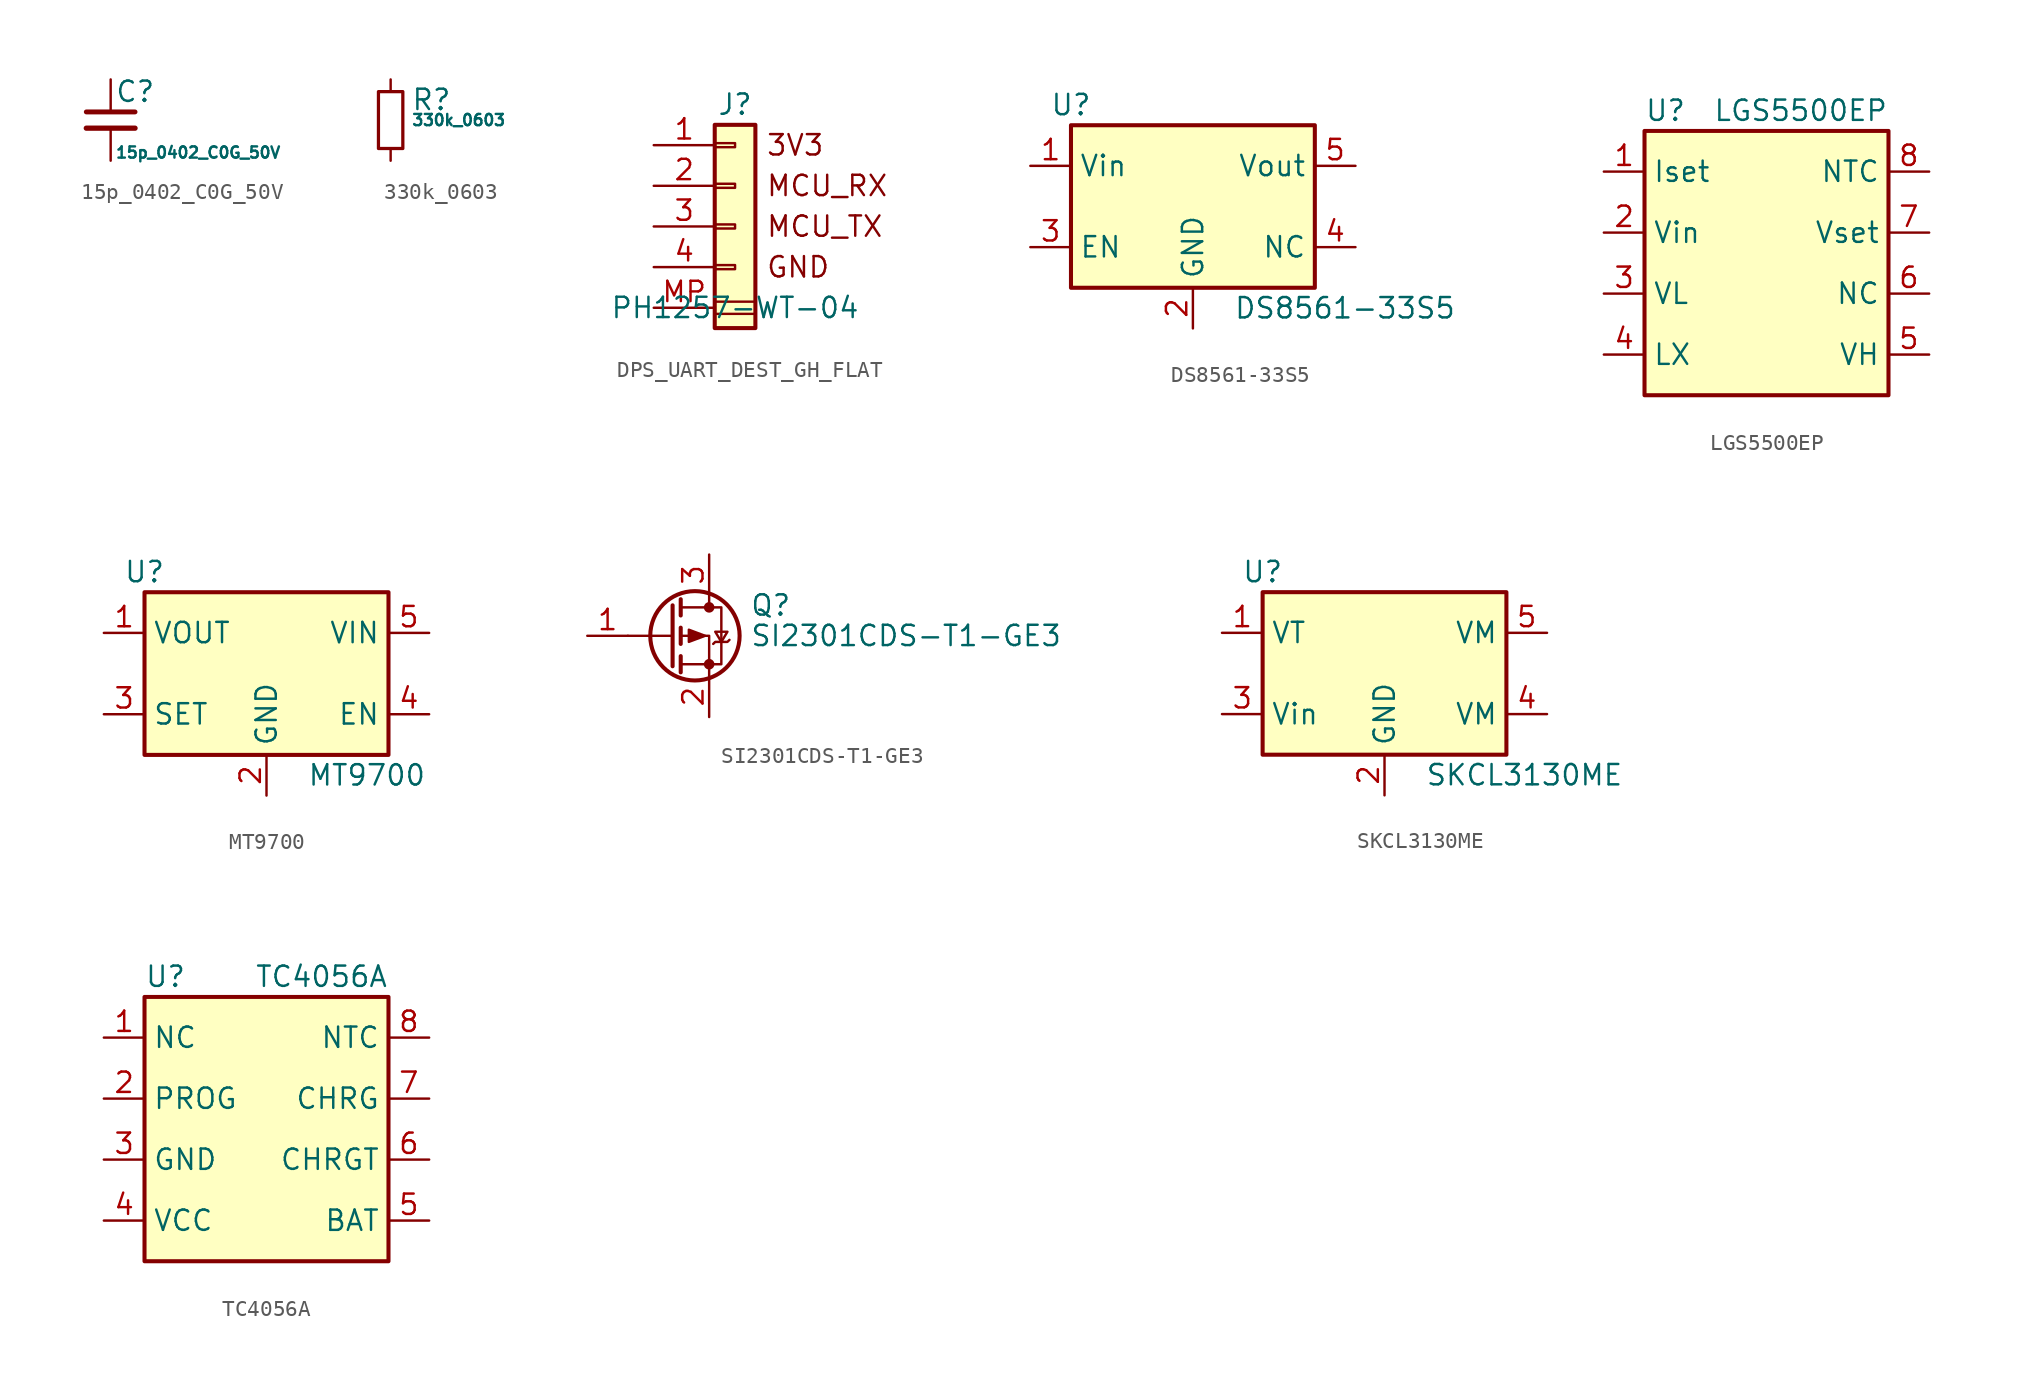
<source format=kicad_sym>
(kicad_symbol_lib
  (version 20231120)
  (generator "kicad_symbol_editor")
  (generator_version "8.0")
  (symbol "15p_0402_C0G_50V"
    (pin_numbers hide)
    (pin_names
      (offset 0.254) hide)
    (property "Reference" "C"
      (at 0.254 1.778 0)
      (effects (font (size 1.27 1.27)) (justify left)))
    (property "Value" "15p_0402_C0G_50V"
      (at 0.254 -2.032 0)
      (effects (font (size 0.7 0.7)) (justify left)))
    (symbol "15p_0402_C0G_50V_0_1"
      (polyline (pts (xy -1.524 -0.508) (xy 1.524 -0.508)) (stroke (width 0.33) (type default)) (fill (type none)))
      (polyline (pts (xy -1.524 0.508) (xy 1.524 0.508)) (stroke (width 0.305) (type default)) (fill (type none))))
    (symbol "15p_0402_C0G_50V_1_1"
      (pin passive line (at 0 2.54 270) (length 2.032) (name "~" (effects (font (size 1.27 1.27)))) (number "1" (effects (font (size 1.27 1.27)))))
      (pin passive line (at 0 -2.54 90) (length 2.032) (name "~" (effects (font (size 1.27 1.27)))) (number "2" (effects (font (size 1.27 1.27)))))))
  (symbol "330k_0603"
    (pin_numbers hide)
    (pin_names
      (offset 0.254) hide)
    (property "Reference" "R"
      (at 1.27 1.27 0)
      (effects (font (size 1.27 1.27)) (justify left)))
    (property "Value" "330k_0603"
      (at 1.27 0 0)
      (effects (font (size 0.7 0.7)) (justify left)))
    (symbol "330k_0603_0_1"
      (rectangle (start -0.762 1.778) (end 0.762 -1.778) (stroke (width 0.203) (type default)) (fill (type none))))
    (symbol "330k_0603_1_1"
      (pin passive line (at 0 2.54 270) (length 0.762) (name "~" (effects (font (size 1.27 1.27)))) (number "1" (effects (font (size 1.27 1.27)))))
      (pin passive line (at 0 -2.54 90) (length 0.762) (name "~" (effects (font (size 1.27 1.27)))) (number "2" (effects (font (size 1.27 1.27)))))))
  (symbol "DPS_UART_DEST_GH_FLAT"
    (pin_names
      (offset 1.016) hide)
    (property "Reference" "J"
      (at 0 5.08 0)
      (effects (font (size 1.27 1.27))))
    (property "Value" "PH1257-WT-04"
      (at 0 -7.62 0)
      (effects (font (size 1.27 1.27))))
    (symbol "DPS_UART_DEST_GH_FLAT_0_0"
      (text "3V3" (at 1.905 2.54 0) (effects (font (size 1.27 1.27)) (justify left)))
      (text "GND" (at 1.905 -5.08 0) (effects (font (size 1.27 1.27)) (justify left)))
      (text "MCU_RX" (at 1.905 0 0) (effects (font (size 1.27 1.27)) (justify left)))
      (text "MCU_TX" (at 1.905 -2.54 0) (effects (font (size 1.27 1.27)) (justify left))))
    (symbol "DPS_UART_DEST_GH_FLAT_0_1"
      (rectangle (start -1.27 -7.239) (end 1.27 -8.001) (stroke (width 0) (type default)) (fill (type none))))
    (symbol "DPS_UART_DEST_GH_FLAT_1_1"
      (rectangle (start -1.27 -4.953) (end 0 -5.207) (stroke (width 0.152) (type default)) (fill (type none)))
      (rectangle (start -1.27 -2.413) (end 0 -2.667) (stroke (width 0.152) (type default)) (fill (type none)))
      (rectangle (start -1.27 0.127) (end 0 -0.127) (stroke (width 0.152) (type default)) (fill (type none)))
      (rectangle (start -1.27 2.667) (end 0 2.413) (stroke (width 0.152) (type default)) (fill (type none)))
      (rectangle (start -1.27 3.81) (end 1.27 -8.89) (stroke (width 0.254) (type default)) (fill (type background)))
      (pin passive line (at -5.08 2.54 0) (length 3.81) (name "Pin_1" (effects (font (size 1.27 1.27)))) (number "1" (effects (font (size 1.27 1.27)))))
      (pin passive line (at -5.08 0 0) (length 3.81) (name "Pin_2" (effects (font (size 1.27 1.27)))) (number "2" (effects (font (size 1.27 1.27)))))
      (pin passive line (at -5.08 -2.54 0) (length 3.81) (name "Pin_3" (effects (font (size 1.27 1.27)))) (number "3" (effects (font (size 1.27 1.27)))))
      (pin passive line (at -5.08 -5.08 0) (length 3.81) (name "Pin_4" (effects (font (size 1.27 1.27)))) (number "4" (effects (font (size 1.27 1.27)))))
      (pin passive line (at -5.08 -7.62 0) (length 3.81) (name "MP" (effects (font (size 1.27 1.27)))) (number "MP" (effects (font (size 1.27 1.27)))))))
  (symbol "DS8561-33S5"
    (property "Reference" "U"
      (at -7.62 6.35 0)
      (effects (font (size 1.27 1.27))))
    (property "Value" "DS8561-33S5 "
      (at 2.54 -6.35 0)
      (effects (font (size 1.27 1.27)) (justify left)))
    (symbol "DS8561-33S5_1_1"
      (rectangle (start -7.62 5.08) (end 7.62 -5.08) (stroke (width 0.254) (type default)) (fill (type background)))
      (pin input line (at -10.16 2.54 0) (length 2.54) (name "Vin" (effects (font (size 1.27 1.27)))) (number "1" (effects (font (size 1.27 1.27)))))
      (pin power_in line (at 0 -7.62 90) (length 2.54) (name "GND" (effects (font (size 1.27 1.27)))) (number "2" (effects (font (size 1.27 1.27)))))
      (pin bidirectional line (at -10.16 -2.54 0) (length 2.54) (name "EN" (effects (font (size 1.27 1.27)))) (number "3" (effects (font (size 1.27 1.27)))))
      (pin power_in line (at 10.16 -2.54 180) (length 2.54) (name "NC" (effects (font (size 1.27 1.27)))) (number "4" (effects (font (size 1.27 1.27)))))
      (pin input line (at 10.16 2.54 180) (length 2.54) (name "Vout" (effects (font (size 1.27 1.27)))) (number "5" (effects (font (size 1.27 1.27)))))))
  (symbol "LGS5500EP"
    (property "Reference" "U"
      (at -7.62 6.35 0)
      (effects (font (size 1.27 1.27)) (justify left)))
    (property "Value" "LGS5500EP"
      (at 7.62 6.35 0)
      (effects (font (size 1.27 1.27)) (justify right)))
    (symbol "LGS5500EP_0_1"
      (rectangle (start -7.62 5.08) (end 7.62 -11.43) (stroke (width 0.254) (type default)) (fill (type background))))
    (symbol "LGS5500EP_1_1"
      (pin bidirectional line (at -10.16 2.54 0) (length 2.54) (name "Iset" (effects (font (size 1.27 1.27)))) (number "1" (effects (font (size 1.27 1.27)))))
      (pin bidirectional line (at -10.16 -1.27 0) (length 2.54) (name "Vin" (effects (font (size 1.27 1.27)))) (number "2" (effects (font (size 1.27 1.27)))))
      (pin power_in line (at -10.16 -5.08 0) (length 2.54) (name "VL" (effects (font (size 1.27 1.27)))) (number "3" (effects (font (size 1.27 1.27)))))
      (pin output line (at -10.16 -8.89 0) (length 2.54) (name "LX" (effects (font (size 1.27 1.27)))) (number "4" (effects (font (size 1.27 1.27)))))
      (pin power_in line (at 10.16 -8.89 180) (length 2.54) (name "VH" (effects (font (size 1.27 1.27)))) (number "5" (effects (font (size 1.27 1.27)))))
      (pin output line (at 10.16 -5.08 180) (length 2.54) (name "NC" (effects (font (size 1.27 1.27)))) (number "6" (effects (font (size 1.27 1.27)))))
      (pin input line (at 10.16 -1.27 180) (length 2.54) (name "Vset" (effects (font (size 1.27 1.27)))) (number "7" (effects (font (size 1.27 1.27)))))
      (pin passive line (at 10.16 2.54 180) (length 2.54) (name "NTC" (effects (font (size 1.27 1.27)))) (number "8" (effects (font (size 1.27 1.27)))))))
  (symbol "MT9700"
    (property "Reference" "U"
      (at -7.62 6.35 0)
      (effects (font (size 1.27 1.27))))
    (property "Value" "MT9700"
      (at 2.54 -6.35 0)
      (effects (font (size 1.27 1.27)) (justify left)))
    (symbol "MT9700_1_1"
      (rectangle (start -7.62 5.08) (end 7.62 -5.08) (stroke (width 0.254) (type default)) (fill (type background)))
      (pin input line (at -10.16 2.54 0) (length 2.54) (name "VOUT" (effects (font (size 1.27 1.27)))) (number "1" (effects (font (size 1.27 1.27)))))
      (pin power_in line (at 0 -7.62 90) (length 2.54) (name "GND" (effects (font (size 1.27 1.27)))) (number "2" (effects (font (size 1.27 1.27)))))
      (pin bidirectional line (at -10.16 -2.54 0) (length 2.54) (name "SET" (effects (font (size 1.27 1.27)))) (number "3" (effects (font (size 1.27 1.27)))))
      (pin power_in line (at 10.16 -2.54 180) (length 2.54) (name "EN" (effects (font (size 1.27 1.27)))) (number "4" (effects (font (size 1.27 1.27)))))
      (pin input line (at 10.16 2.54 180) (length 2.54) (name "VIN" (effects (font (size 1.27 1.27)))) (number "5" (effects (font (size 1.27 1.27)))))))
  (symbol "SI2301CDS-T1-GE3"
    (pin_names hide)
    (property "Reference" "Q"
      (at 5.08 1.905 0)
      (effects (font (size 1.27 1.27)) (justify left)))
    (property "Value" "SI2301CDS-T1-GE3"
      (at 5.08 0 0)
      (effects (font (size 1.27 1.27)) (justify left)))
    (symbol "SI2301CDS-T1-GE3_0_1"
      (polyline (pts (xy 0.254 0) (xy -2.54 0)) (stroke (width 0) (type default)) (fill (type none)))
      (polyline (pts (xy 0.254 1.905) (xy 0.254 -1.905)) (stroke (width 0.254) (type default)) (fill (type none)))
      (polyline (pts (xy 0.762 -1.27) (xy 0.762 -2.286)) (stroke (width 0.254) (type default)) (fill (type none)))
      (polyline (pts (xy 0.762 0.508) (xy 0.762 -0.508)) (stroke (width 0.254) (type default)) (fill (type none)))
      (polyline (pts (xy 0.762 2.286) (xy 0.762 1.27)) (stroke (width 0.254) (type default)) (fill (type none)))
      (polyline (pts (xy 2.54 2.54) (xy 2.54 1.778)) (stroke (width 0) (type default)) (fill (type none)))
      (polyline (pts (xy 2.54 -2.54) (xy 2.54 0) (xy 0.762 0)) (stroke (width 0) (type default)) (fill (type none)))
      (polyline (pts (xy 0.762 1.778) (xy 3.302 1.778) (xy 3.302 -1.778) (xy 0.762 -1.778)) (stroke (width 0) (type default)) (fill (type none)))
      (polyline (pts (xy 2.286 0) (xy 1.27 0.381) (xy 1.27 -0.381) (xy 2.286 0)) (stroke (width 0) (type default)) (fill (type outline)))
      (polyline (pts (xy 2.794 -0.508) (xy 2.921 -0.381) (xy 3.683 -0.381) (xy 3.81 -0.254)) (stroke (width 0) (type default)) (fill (type none)))
      (polyline (pts (xy 3.302 -0.381) (xy 2.921 0.254) (xy 3.683 0.254) (xy 3.302 -0.381)) (stroke (width 0) (type default)) (fill (type none)))
      (circle (center 1.651 0) (radius 2.794) (stroke (width 0.254) (type default)) (fill (type none)))
      (circle (center 2.54 -1.778) (radius 0.254) (stroke (width 0) (type default)) (fill (type outline)))
      (circle (center 2.54 1.778) (radius 0.254) (stroke (width 0) (type default)) (fill (type outline))))
    (symbol "SI2301CDS-T1-GE3_1_1"
      (pin input line (at -5.08 0 0) (length 2.54) (name "G" (effects (font (size 1.27 1.27)))) (number "1" (effects (font (size 1.27 1.27)))))
      (pin passive line (at 2.54 -5.08 90) (length 2.54) (name "S" (effects (font (size 1.27 1.27)))) (number "2" (effects (font (size 1.27 1.27)))))
      (pin passive line (at 2.54 5.08 270) (length 2.54) (name "D" (effects (font (size 1.27 1.27)))) (number "3" (effects (font (size 1.27 1.27)))))))
  (symbol "SKCL3130ME"
    (property "Reference" "U"
      (at -7.62 6.35 0)
      (effects (font (size 1.27 1.27))))
    (property "Value" "SKCL3130ME"
      (at 2.54 -6.35 0)
      (effects (font (size 1.27 1.27)) (justify left)))
    (symbol "SKCL3130ME_1_1"
      (rectangle (start -7.62 5.08) (end 7.62 -5.08) (stroke (width 0.254) (type default)) (fill (type background)))
      (pin input line (at -10.16 2.54 0) (length 2.54) (name "VT" (effects (font (size 1.27 1.27)))) (number "1" (effects (font (size 1.27 1.27)))))
      (pin power_in line (at 0 -7.62 90) (length 2.54) (name "GND" (effects (font (size 1.27 1.27)))) (number "2" (effects (font (size 1.27 1.27)))))
      (pin bidirectional line (at -10.16 -2.54 0) (length 2.54) (name "Vin" (effects (font (size 1.27 1.27)))) (number "3" (effects (font (size 1.27 1.27)))))
      (pin power_in line (at 10.16 -2.54 180) (length 2.54) (name "VM" (effects (font (size 1.27 1.27)))) (number "4" (effects (font (size 1.27 1.27)))))
      (pin input line (at 10.16 2.54 180) (length 2.54) (name "VM" (effects (font (size 1.27 1.27)))) (number "5" (effects (font (size 1.27 1.27)))))))
  (symbol "TC4056A"
    (property "Reference" "U"
      (at -7.62 6.35 0)
      (effects (font (size 1.27 1.27)) (justify left)))
    (property "Value" "TC4056A"
      (at 7.62 6.35 0)
      (effects (font (size 1.27 1.27)) (justify right)))
    (symbol "TC4056A_0_1"
      (rectangle (start -7.62 5.08) (end 7.62 -11.43) (stroke (width 0.254) (type default)) (fill (type background))))
    (symbol "TC4056A_1_1"
      (pin bidirectional line (at -10.16 2.54 0) (length 2.54) (name "NC" (effects (font (size 1.27 1.27)))) (number "1" (effects (font (size 1.27 1.27)))))
      (pin bidirectional line (at -10.16 -1.27 0) (length 2.54) (name "PROG" (effects (font (size 1.27 1.27)))) (number "2" (effects (font (size 1.27 1.27)))))
      (pin power_in line (at -10.16 -5.08 0) (length 2.54) (name "GND" (effects (font (size 1.27 1.27)))) (number "3" (effects (font (size 1.27 1.27)))))
      (pin output line (at -10.16 -8.89 0) (length 2.54) (name "VCC" (effects (font (size 1.27 1.27)))) (number "4" (effects (font (size 1.27 1.27)))))
      (pin power_in line (at 10.16 -8.89 180) (length 2.54) (name "BAT" (effects (font (size 1.27 1.27)))) (number "5" (effects (font (size 1.27 1.27)))))
      (pin output line (at 10.16 -5.08 180) (length 2.54) (name "CHRGT" (effects (font (size 1.27 1.27)))) (number "6" (effects (font (size 1.27 1.27)))))
      (pin input line (at 10.16 -1.27 180) (length 2.54) (name "CHRG" (effects (font (size 1.27 1.27)))) (number "7" (effects (font (size 1.27 1.27)))))
      (pin passive line (at 10.16 2.54 180) (length 2.54) (name "NTC" (effects (font (size 1.27 1.27)))) (number "8" (effects (font (size 1.27 1.27))))))))
</source>
